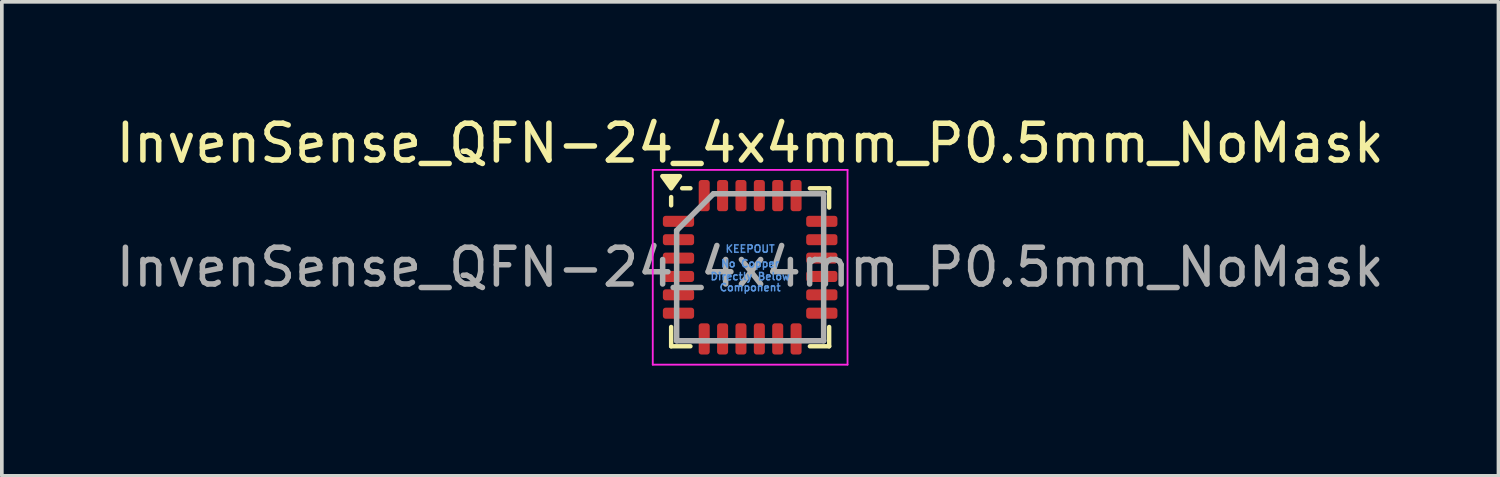
<source format=kicad_pcb>
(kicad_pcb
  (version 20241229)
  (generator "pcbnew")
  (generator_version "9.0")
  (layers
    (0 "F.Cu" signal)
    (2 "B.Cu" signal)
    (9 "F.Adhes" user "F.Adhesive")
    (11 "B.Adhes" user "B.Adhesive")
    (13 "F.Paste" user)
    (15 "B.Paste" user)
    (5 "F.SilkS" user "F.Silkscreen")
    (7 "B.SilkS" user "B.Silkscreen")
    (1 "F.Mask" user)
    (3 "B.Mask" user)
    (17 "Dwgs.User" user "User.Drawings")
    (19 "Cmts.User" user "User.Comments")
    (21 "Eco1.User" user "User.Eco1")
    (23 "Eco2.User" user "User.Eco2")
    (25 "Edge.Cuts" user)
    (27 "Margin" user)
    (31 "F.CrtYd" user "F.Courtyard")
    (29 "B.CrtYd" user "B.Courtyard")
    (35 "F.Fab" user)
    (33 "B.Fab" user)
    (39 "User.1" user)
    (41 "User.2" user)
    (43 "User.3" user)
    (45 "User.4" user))
  (footprint "InvenSense_QFN-24_4x4mm_P0.5mm_NoMask"
    (layer "F.Cu")
    (at 17.363 4.223)
    (property "Reference" "InvenSense_QFN-24_4x4mm_P0.5mm_NoMask" (at 0 -3.375 0) (layer "F.SilkS") (effects (font (size 1 1) (thickness 0.15))))
    (attr smd)
    (fp_line (start -2.15 -1.685) (end -2.15 -1.91) (stroke (width 0.12) (type solid)) (layer "F.SilkS"))
    (fp_line (start -2.15 2.15) (end -2.15 1.625) (stroke (width 0.12) (type solid)) (layer "F.SilkS"))
    (fp_line (start -2.15 2.15) (end -1.625 2.15) (stroke (width 0.12) (type solid)) (layer "F.SilkS"))
    (fp_line (start -1.625 -2.15) (end -1.85 -2.15) (stroke (width 0.12) (type solid)) (layer "F.SilkS"))
    (fp_line (start 2.15 -2.15) (end 1.625 -2.15) (stroke (width 0.12) (type solid)) (layer "F.SilkS"))
    (fp_line (start 2.15 -2.15) (end 2.15 -1.625) (stroke (width 0.12) (type solid)) (layer "F.SilkS"))
    (fp_line (start 2.15 2.15) (end 1.625 2.15) (stroke (width 0.12) (type solid)) (layer "F.SilkS"))
    (fp_line (start 2.15 2.15) (end 2.15 1.625) (stroke (width 0.12) (type solid)) (layer "F.SilkS"))
    (fp_poly (pts (xy -2.15 -2.15) (xy -2.39 -2.48) (xy -1.91 -2.48) (xy -2.15 -2.15)) (stroke (width 0.12) (type solid)) (fill yes) (layer "F.SilkS"))
    (fp_line (start -2.65 -2.65) (end -2.65 2.65) (stroke (width 0.05) (type solid)) (layer "F.CrtYd"))
    (fp_line (start -2.65 -2.65) (end 2.65 -2.65) (stroke (width 0.05) (type solid)) (layer "F.CrtYd"))
    (fp_line (start -2.65 2.65) (end 2.65 2.65) (stroke (width 0.05) (type solid)) (layer "F.CrtYd"))
    (fp_line (start 2.65 -2.65) (end 2.65 2.65) (stroke (width 0.05) (type solid)) (layer "F.CrtYd"))
    (fp_line (start -2 -1) (end -1 -2) (stroke (width 0.15) (type solid)) (layer "F.Fab"))
    (fp_line (start -2 2) (end -2 -1) (stroke (width 0.15) (type solid)) (layer "F.Fab"))
    (fp_line (start -1 -2) (end 2 -2) (stroke (width 0.15) (type solid)) (layer "F.Fab"))
    (fp_line (start 2 -2) (end 2 2) (stroke (width 0.15) (type solid)) (layer "F.Fab"))
    (fp_line (start 2 2) (end -2 2) (stroke (width 0.15) (type solid)) (layer "F.Fab"))
    (fp_text user "Component" (at 0 0.55 0) (layer "Cmts.User") (effects (font (size 0.2 0.2) (thickness 0.04))))
    (fp_text user "No Copper" (at 0 -0.1 0) (layer "Cmts.User") (effects (font (size 0.2 0.2) (thickness 0.04))))
    (fp_text user "KEEPOUT" (at 0 -0.5 0) (layer "Cmts.User") (effects (font (size 0.2 0.2) (thickness 0.04))))
    (fp_text user "Directly Below" (at 0 0.25 0) (layer "Cmts.User") (effects (font (size 0.2 0.2) (thickness 0.04))))
    (fp_text user "${REFERENCE}" (at 0 0 0) (layer "F.Fab") (effects (font (size 1 1) (thickness 0.15))))
    (pad "" smd roundrect (at 0 0) (size 2.75 2.65) (layers "F.Mask") (roundrect_rratio 0.094))
    (pad "1" smd roundrect (at -1.95 -1.25) (size 0.85 0.3) (layers "F.Cu" "F.Mask" "F.Paste") (roundrect_rratio 0.25))
    (pad "2" smd roundrect (at -1.95 -0.75) (size 0.85 0.3) (layers "F.Cu" "F.Mask" "F.Paste") (roundrect_rratio 0.25))
    (pad "3" smd roundrect (at -1.95 -0.25) (size 0.85 0.3) (layers "F.Cu" "F.Mask" "F.Paste") (roundrect_rratio 0.25))
    (pad "4" smd roundrect (at -1.95 0.25) (size 0.85 0.3) (layers "F.Cu" "F.Mask" "F.Paste") (roundrect_rratio 0.25))
    (pad "5" smd roundrect (at -1.95 0.75) (size 0.85 0.3) (layers "F.Cu" "F.Mask" "F.Paste") (roundrect_rratio 0.25))
    (pad "6" smd roundrect (at -1.95 1.25) (size 0.85 0.3) (layers "F.Cu" "F.Mask" "F.Paste") (roundrect_rratio 0.25))
    (pad "7" smd roundrect (at -1.25 1.95 90) (size 0.85 0.3) (layers "F.Cu" "F.Mask" "F.Paste") (roundrect_rratio 0.25))
    (pad "8" smd roundrect (at -0.75 1.95 90) (size 0.85 0.3) (layers "F.Cu" "F.Mask" "F.Paste") (roundrect_rratio 0.25))
    (pad "9" smd roundrect (at -0.25 1.95 90) (size 0.85 0.3) (layers "F.Cu" "F.Mask" "F.Paste") (roundrect_rratio 0.25))
    (pad "10" smd roundrect (at 0.25 1.95 90) (size 0.85 0.3) (layers "F.Cu" "F.Mask" "F.Paste") (roundrect_rratio 0.25))
    (pad "11" smd roundrect (at 0.75 1.95 90) (size 0.85 0.3) (layers "F.Cu" "F.Mask" "F.Paste") (roundrect_rratio 0.25))
    (pad "12" smd roundrect (at 1.25 1.95 90) (size 0.85 0.3) (layers "F.Cu" "F.Mask" "F.Paste") (roundrect_rratio 0.25))
    (pad "13" smd roundrect (at 1.95 1.25) (size 0.85 0.3) (layers "F.Cu" "F.Mask" "F.Paste") (roundrect_rratio 0.25))
    (pad "14" smd roundrect (at 1.95 0.75) (size 0.85 0.3) (layers "F.Cu" "F.Mask" "F.Paste") (roundrect_rratio 0.25))
    (pad "15" smd roundrect (at 1.95 0.25) (size 0.85 0.3) (layers "F.Cu" "F.Mask" "F.Paste") (roundrect_rratio 0.25))
    (pad "16" smd roundrect (at 1.95 -0.25) (size 0.85 0.3) (layers "F.Cu" "F.Mask" "F.Paste") (roundrect_rratio 0.25))
    (pad "17" smd roundrect (at 1.95 -0.75) (size 0.85 0.3) (layers "F.Cu" "F.Mask" "F.Paste") (roundrect_rratio 0.25))
    (pad "18" smd roundrect (at 1.95 -1.25) (size 0.85 0.3) (layers "F.Cu" "F.Mask" "F.Paste") (roundrect_rratio 0.25))
    (pad "19" smd roundrect (at 1.25 -1.95 90) (size 0.85 0.3) (layers "F.Cu" "F.Mask" "F.Paste") (roundrect_rratio 0.25))
    (pad "20" smd roundrect (at 0.75 -1.95 90) (size 0.85 0.3) (layers "F.Cu" "F.Mask" "F.Paste") (roundrect_rratio 0.25))
    (pad "21" smd roundrect (at 0.25 -1.95 90) (size 0.85 0.3) (layers "F.Cu" "F.Mask" "F.Paste") (roundrect_rratio 0.25))
    (pad "22" smd roundrect (at -0.25 -1.95 90) (size 0.85 0.3) (layers "F.Cu" "F.Mask" "F.Paste") (roundrect_rratio 0.25))
    (pad "23" smd roundrect (at -0.75 -1.95 90) (size 0.85 0.3) (layers "F.Cu" "F.Mask" "F.Paste") (roundrect_rratio 0.25))
    (pad "24" smd roundrect (at -1.25 -1.95 90) (size 0.85 0.3) (layers "F.Cu" "F.Mask" "F.Paste") (roundrect_rratio 0.25))
    (zone (net_name "") (layer "F.Cu") (hatch full 0.508) (connect_pads) (min_thickness 0.254) (filled_areas_thickness no) (keepout (tracks not_allowed) (vias not_allowed) (pads not_allowed) (copperpour not_allowed) (footprints allowed)) (placement (enabled no)) (fill) (polygon (pts (xy 15.988 2.898) (xy 18.738 2.898) (xy 18.738 5.548) (xy 15.988 5.548)))))
  (gr_rect
    (start -3 -3)
    (end 37.726 9.898)
    (stroke (width 0.1) (type default))
    (fill no)
    (layer "Edge.Cuts")))
</source>
